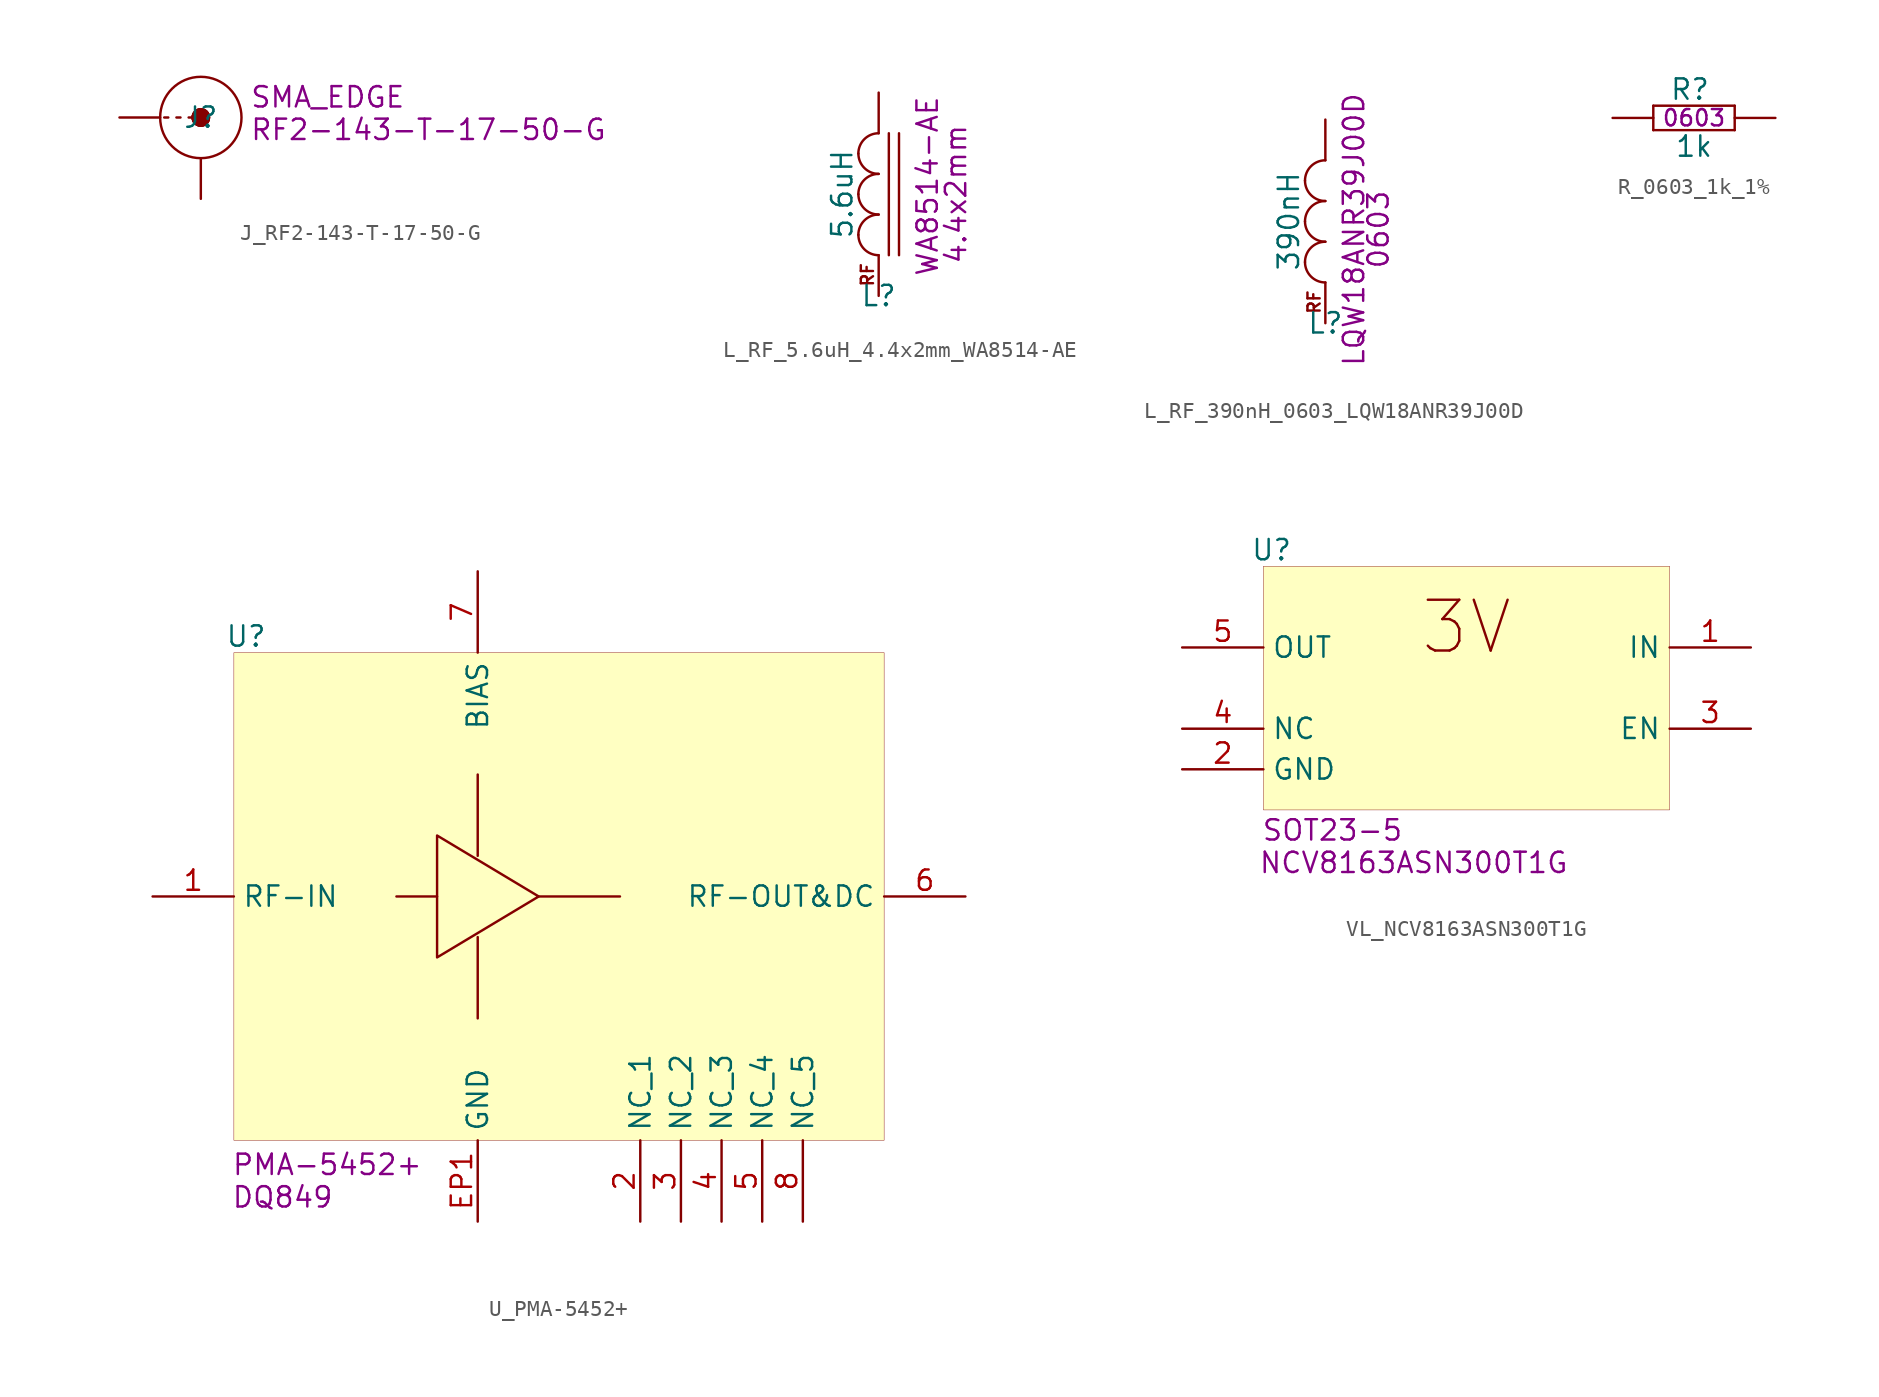
<source format=kicad_sym>
(kicad_symbol_lib
  (version 20241209)
  (generator "kicad_symbol_editor")
  (generator_version "9.0")
  (symbol "J_RF2-143-T-17-50-G"
    (pin_numbers
      (hide yes))
    (pin_names
      (hide yes))
    (property "Reference" "J"
      (at 0 0 0)
      (effects (font (size 1.27 1.27))))
    (property "Value" ""
      (at 0 0 0)
      (effects (font (size 1.27 1.27))))
    (property "Manufacturer Part Number" "RF2-143-T-17-50-G"
      (at 3.048 -0.762 0)
      (effects (font (size 1.27 1.27)) (justify left)))
    (property "SCH_FOOTPRINT" "SMA_EDGE"
      (at 3.048 1.27 0)
      (effects (font (size 1.27 1.27)) (justify left)))
    (symbol "J_RF2-143-T-17-50-G_1_0"
      (polyline (pts (xy -2.286 0) (xy -2.032 0)) (stroke (width 0) (type solid)) (fill (type none)))
      (polyline (pts (xy -1.27 0) (xy -1.524 0)) (stroke (width 0) (type solid)) (fill (type none)))
      (polyline (pts (xy -0.508 0) (xy -0.762 0)) (stroke (width 0) (type solid)) (fill (type none)))
      (circle (center 0 0) (radius 0.508) (stroke (width 0) (type solid)) (fill (type outline)))
      (circle (center 0 0) (radius 0.508) (stroke (width 0) (type solid)) (fill (type outline)))
      (circle (center 0 0) (radius 0.508) (stroke (width 0) (type solid)) (fill (type outline)))
      (circle (center 0 0) (radius 0.508) (stroke (width 0) (type solid)) (fill (type outline)))
      (circle (center 0 0) (radius 2.54) (stroke (width 0) (type solid)) (fill (type none)))
      (pin passive line (at -5.08 0 0) (length 2.54) (name "X" (effects (font (size 1.27 1.27)))) (number "1" (effects (font (size 1.27 1.27)))))
      (pin passive line (at 0 -5.08 90) (length 2.54) (name "GND" (effects (font (size 1.27 1.27)))) (number "2" (effects (font (size 1.27 1.27)))))))
  (symbol "L_RF_5.6uH_4.4x2mm_WA8514-AE"
    (pin_numbers
      (hide yes))
    (pin_names
      (hide yes))
    (property "Reference" "L"
      (at 0 0 0)
      (effects (font (size 1.27 1.27))))
    (property "Value" "5.6uH"
      (at -2.286 6.35 90)
      (effects (font (size 1.27 1.27))))
    (property "Manufacturer Part Number" "WA8514-AE"
      (at 3.048 6.858 90)
      (effects (font (size 1.27 1.27))))
    (property "SCH_FOOTPRINT" "4.4x2mm"
      (at 4.826 6.35 90)
      (effects (font (size 1.27 1.27))))
    (symbol "L_RF_5.6uH_4.4x2mm_WA8514-AE_0_1"
      (polyline (pts (xy 0.635 2.54) (xy 0.635 10.16)) (stroke (width 0) (type default)) (fill (type none)))
      (polyline (pts (xy 1.27 2.54) (xy 1.27 10.16)) (stroke (width 0) (type default)) (fill (type none))))
    (symbol "L_RF_5.6uH_4.4x2mm_WA8514-AE_1_0"
      (arc (start -1.27 8.89) (mid -0.898 9.788) (end 0 10.16) (stroke (width 0) (type solid)) (fill (type none)))
      (arc (start 0 7.62) (mid -0.898 7.992) (end -1.27 8.89) (stroke (width 0) (type solid)) (fill (type none)))
      (arc (start -1.27 6.35) (mid -0.898 7.248) (end 0 7.62) (stroke (width 0) (type solid)) (fill (type none)))
      (arc (start 0 5.08) (mid -0.898 5.452) (end -1.27 6.35) (stroke (width 0) (type solid)) (fill (type none)))
      (arc (start -1.27 3.81) (mid -0.898 4.708) (end 0 5.08) (stroke (width 0) (type solid)) (fill (type none)))
      (arc (start 0 2.54) (mid -0.898 2.912) (end -1.27 3.81) (stroke (width 0) (type solid)) (fill (type none)))
      (text "RF" (at -0.254 0.508 900) (effects (font (size 0.762 0.762)) (justify left bottom)))
      (pin passive line (at 0 12.7 270) (length 2.54) (name "2" (effects (font (size 1.27 1.27)))) (number "2" (effects (font (size 1.27 1.27)))))
      (pin passive line (at 0 0 90) (length 2.54) (name "1" (effects (font (size 1.27 1.27)))) (number "1" (effects (font (size 1.27 1.27)))))))
  (symbol "L_RF_390nH_0603_LQW18ANR39J00D"
    (pin_numbers
      (hide yes))
    (pin_names
      (hide yes))
    (property "Reference" "L"
      (at 0 0 0)
      (effects (font (size 1.27 1.27))))
    (property "Value" "390nH"
      (at -2.286 6.35 90)
      (effects (font (size 1.27 1.27))))
    (property "Manufacturer Part Number" "LQW18ANR39J00D"
      (at 1.778 5.842 90)
      (effects (font (size 1.27 1.27))))
    (property "SCH_FOOTPRINT" "0603"
      (at 3.302 5.842 90)
      (effects (font (size 1.27 1.27))))
    (symbol "L_RF_390nH_0603_LQW18ANR39J00D_1_0"
      (arc (start -1.27 8.89) (mid -0.898 9.788) (end 0 10.16) (stroke (width 0) (type solid)) (fill (type none)))
      (arc (start 0 7.62) (mid -0.898 7.992) (end -1.27 8.89) (stroke (width 0) (type solid)) (fill (type none)))
      (arc (start -1.27 6.35) (mid -0.898 7.248) (end 0 7.62) (stroke (width 0) (type solid)) (fill (type none)))
      (arc (start 0 5.08) (mid -0.898 5.452) (end -1.27 6.35) (stroke (width 0) (type solid)) (fill (type none)))
      (arc (start -1.27 3.81) (mid -0.898 4.708) (end 0 5.08) (stroke (width 0) (type solid)) (fill (type none)))
      (arc (start 0 2.54) (mid -0.898 2.912) (end -1.27 3.81) (stroke (width 0) (type solid)) (fill (type none)))
      (text "RF" (at -0.254 0.508 900) (effects (font (size 0.762 0.762)) (justify left bottom)))
      (pin passive line (at 0 12.7 270) (length 2.54) (name "2" (effects (font (size 1.27 1.27)))) (number "2" (effects (font (size 1.27 1.27)))))
      (pin passive line (at 0 0 90) (length 2.54) (name "1" (effects (font (size 1.27 1.27)))) (number "1" (effects (font (size 1.27 1.27)))))))
  (symbol "R_0603_1k_1%"
    (pin_numbers
      (hide yes))
    (pin_names
      (hide yes))
    (property "Reference" "R"
      (at 4.826 1.778 0)
      (effects (font (size 1.27 1.27))))
    (property "Value" "1k"
      (at 5.08 -1.778 0)
      (effects (font (size 1.27 1.27))))
    (property "SCH_FOOTPRINT" "0603"
      (at 5.08 0 0)
      (effects (font (size 1.016 1.016))))
    (symbol "R_0603_1k_1%_1_0"
      (polyline (pts (xy 2.54 0.762) (xy 2.54 -0.762)) (stroke (width 0) (type solid)) (fill (type none)))
      (polyline (pts (xy 2.54 0.762) (xy 7.62 0.762)) (stroke (width 0) (type solid)) (fill (type none)))
      (polyline (pts (xy 2.54 -0.762) (xy 7.62 -0.762)) (stroke (width 0) (type solid)) (fill (type none)))
      (polyline (pts (xy 7.62 0.762) (xy 7.62 -0.762)) (stroke (width 0) (type solid)) (fill (type none)))
      (pin passive line (at 0 0 0) (length 2.54) (name "1" (effects (font (size 1.27 1.27)))) (number "1" (effects (font (size 1.27 1.27)))))
      (pin passive line (at 10.16 0 180) (length 2.54) (name "2" (effects (font (size 1.27 1.27)))) (number "2" (effects (font (size 1.27 1.27)))))))
  (symbol "U_PMA-5452+"
    (property "Reference" "U"
      (at 0.762 1.016 0)
      (effects (font (size 1.27 1.27))))
    (property "Value" ""
      (at 0 0 0)
      (effects (font (size 1.27 1.27))))
    (property "Manufacturer Part Number" "PMA-5452+"
      (at 5.842 -32.004 0)
      (effects (font (size 1.27 1.27))))
    (property "SCH_FOOTPRINT" "DQ849"
      (at 3.048 -34.036 0)
      (effects (font (size 1.27 1.27))))
    (symbol "U_PMA-5452+_1_0"
      (polyline (pts (xy 10.16 -15.24) (xy 12.7 -15.24)) (stroke (width 0) (type solid)) (fill (type none)))
      (polyline (pts (xy 12.7 -11.43) (xy 12.7 -19.05) (xy 19.05 -15.24) (xy 12.7 -11.43)) (stroke (width 0) (type solid)) (fill (type none)))
      (polyline (pts (xy 15.24 -12.7) (xy 15.24 -7.62)) (stroke (width 0) (type solid)) (fill (type none)))
      (polyline (pts (xy 15.24 -17.78) (xy 15.24 -22.86)) (stroke (width 0) (type solid)) (fill (type none)))
      (polyline (pts (xy 19.05 -15.24) (xy 24.13 -15.24)) (stroke (width 0) (type solid)) (fill (type none)))
      (rectangle (start 40.64 0) (end 0 -30.48) (stroke (width 0.025) (type solid) (color 128 0 0 1)) (fill (type background)))
      (pin passive line (at -5.08 -15.24 0) (length 5.08) (name "RF-IN" (effects (font (size 1.27 1.27)))) (number "1" (effects (font (size 1.27 1.27)))))
      (pin passive line (at 15.24 5.08 270) (length 5.08) (name "BIAS" (effects (font (size 1.27 1.27)))) (number "7" (effects (font (size 1.27 1.27)))))
      (pin passive line (at 15.24 -35.56 90) (length 5.08) (name "GND" (effects (font (size 1.27 1.27)))) (number "EP1" (effects (font (size 1.27 1.27)))))
      (pin passive line (at 25.4 -35.56 90) (length 5.08) (name "NC_1" (effects (font (size 1.27 1.27)))) (number "2" (effects (font (size 1.27 1.27)))))
      (pin passive line (at 27.94 -35.56 90) (length 5.08) (name "NC_2" (effects (font (size 1.27 1.27)))) (number "3" (effects (font (size 1.27 1.27)))))
      (pin passive line (at 30.48 -35.56 90) (length 5.08) (name "NC_3" (effects (font (size 1.27 1.27)))) (number "4" (effects (font (size 1.27 1.27)))))
      (pin passive line (at 33.02 -35.56 90) (length 5.08) (name "NC_4" (effects (font (size 1.27 1.27)))) (number "5" (effects (font (size 1.27 1.27)))))
      (pin passive line (at 35.56 -35.56 90) (length 5.08) (name "NC_5" (effects (font (size 1.27 1.27)))) (number "8" (effects (font (size 1.27 1.27)))))
      (pin passive line (at 45.72 -15.24 180) (length 5.08) (name "RF-OUT&DC" (effects (font (size 1.27 1.27)))) (number "6" (effects (font (size 1.27 1.27)))))))
  (symbol "VL_NCV8163ASN300T1G"
    (property "Reference" "U"
      (at -24.892 1.016 0)
      (effects (font (size 1.27 1.27))))
    (property "Value" ""
      (at 0 0 0)
      (effects (font (size 1.27 1.27))))
    (property "Manufacturer Part Number" "NCV8163ASN300T1G"
      (at -16.002 -18.542 0)
      (effects (font (size 1.27 1.27))))
    (property "SCH_FOOTPRINT" "SOT23-5"
      (at -21.082 -16.51 0)
      (effects (font (size 1.27 1.27))))
    (symbol "VL_NCV8163ASN300T1G_1_0"
      (rectangle (start 0 0) (end -25.4 -15.24) (stroke (width 0.025) (type solid) (color 128 0 0 1)) (fill (type background)))
      (pin passive line (at -30.48 -5.08 0) (length 5.08) (name "OUT" (effects (font (size 1.27 1.27)))) (number "5" (effects (font (size 1.27 1.27)))))
      (pin passive line (at -30.48 -10.16 0) (length 5.08) (name "NC" (effects (font (size 1.27 1.27)))) (number "4" (effects (font (size 1.27 1.27)))))
      (pin passive line (at -30.48 -12.7 0) (length 5.08) (name "GND" (effects (font (size 1.27 1.27)))) (number "2" (effects (font (size 1.27 1.27)))))
      (pin passive line (at 5.08 -5.08 180) (length 5.08) (name "IN" (effects (font (size 1.27 1.27)))) (number "1" (effects (font (size 1.27 1.27)))))
      (pin passive line (at 5.08 -10.16 180) (length 5.08) (name "EN" (effects (font (size 1.27 1.27)))) (number "3" (effects (font (size 1.27 1.27))))))
    (symbol "VL_NCV8163ASN300T1G_1_1"
      (text "3V" (at -12.7 -3.81 0) (effects (font (size 3.175 3.175)))))))
</source>
